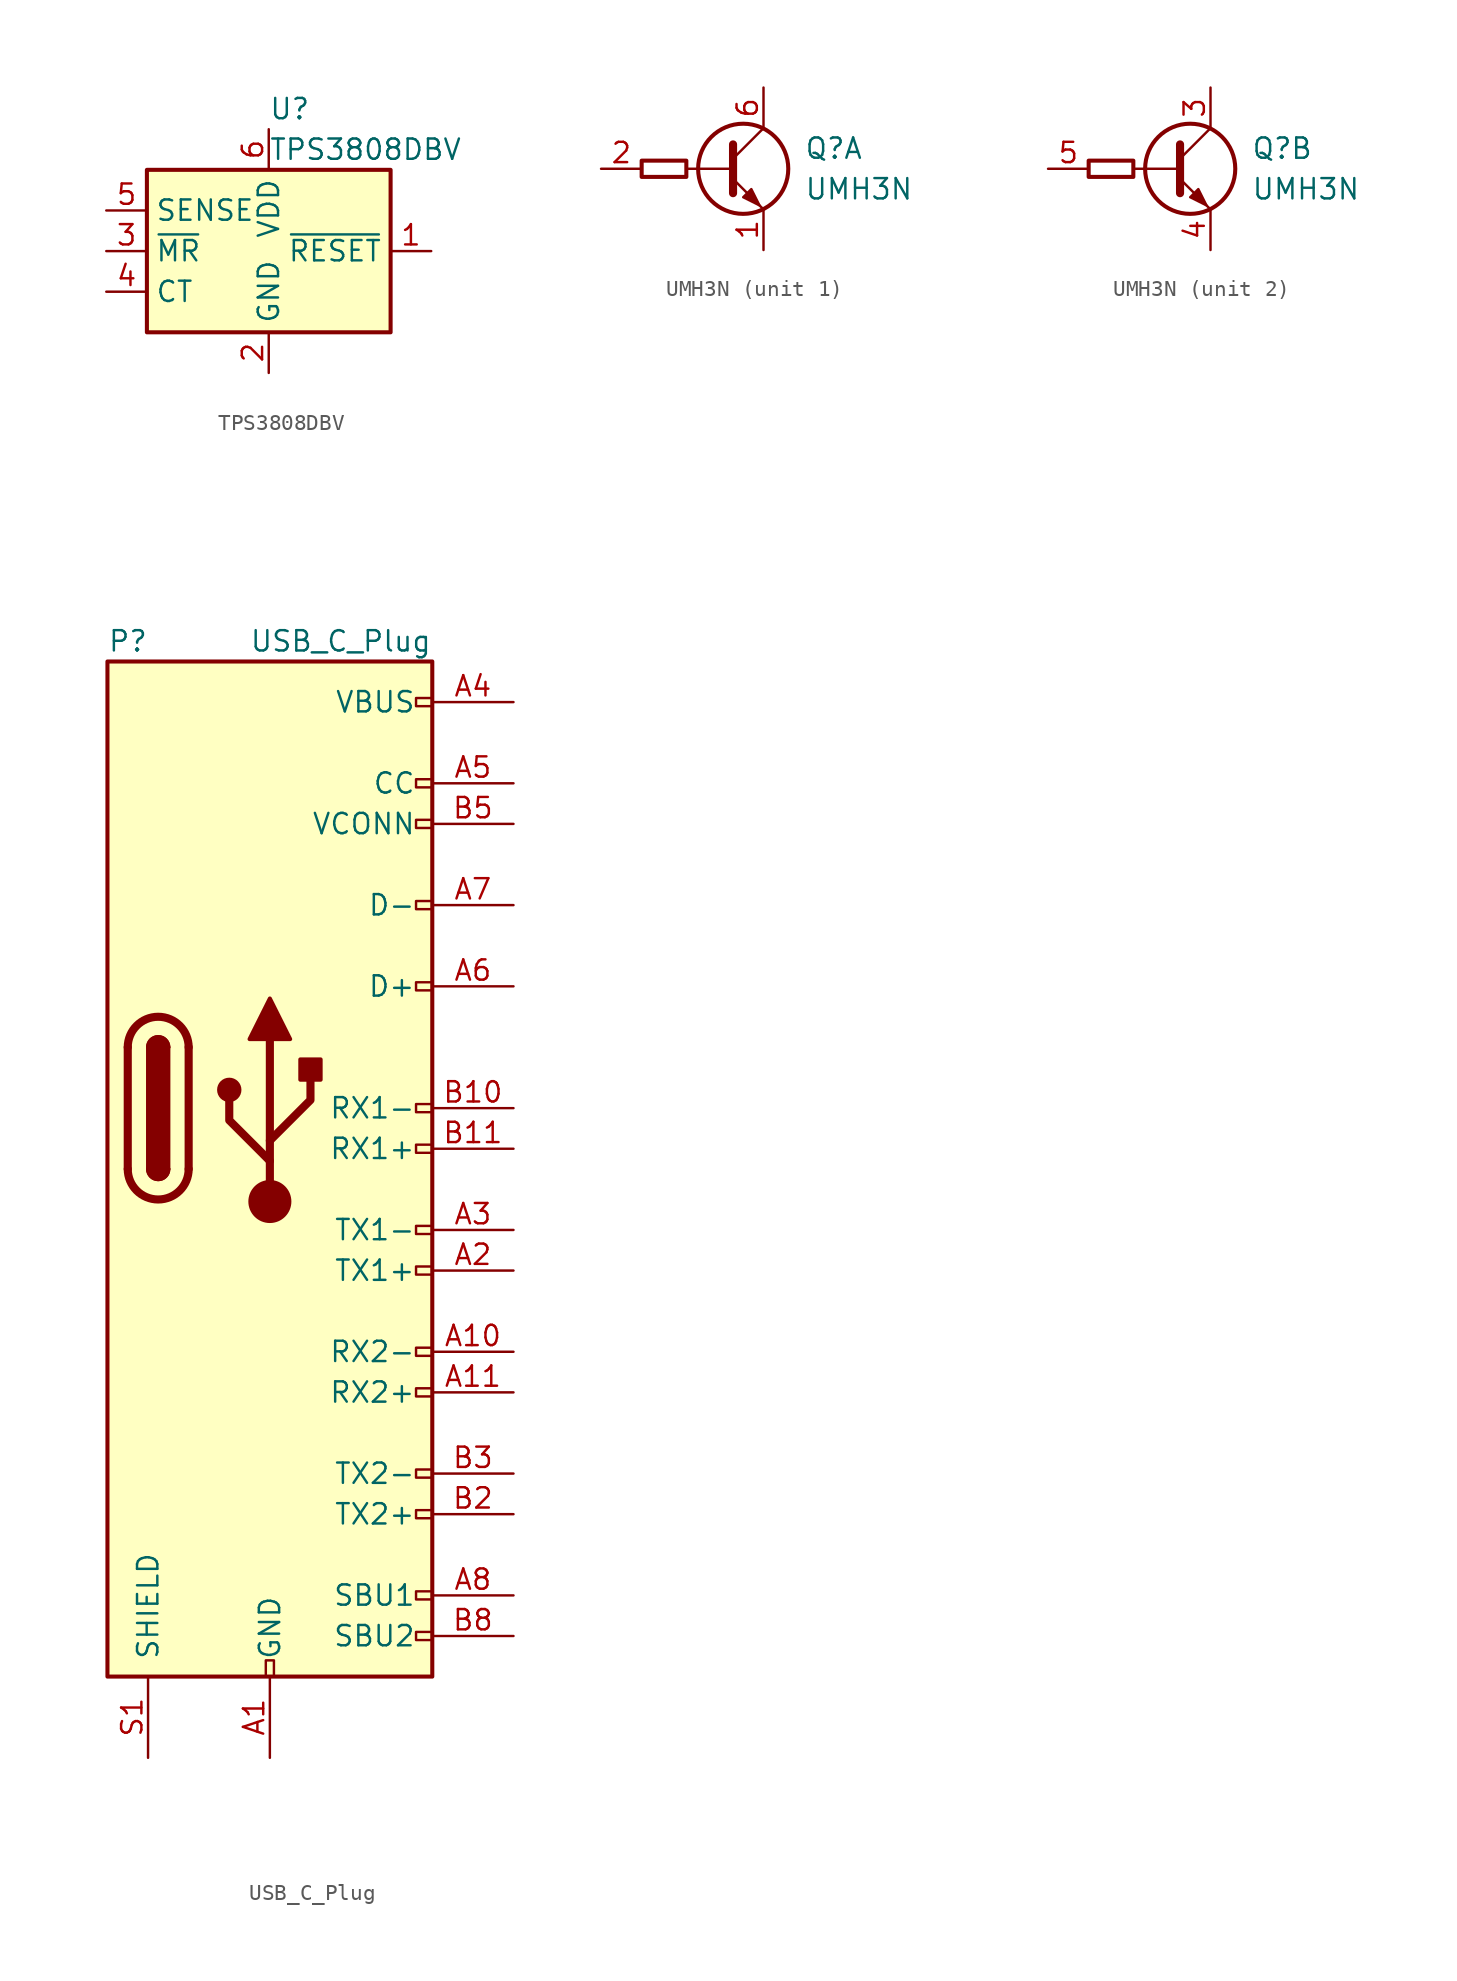
<source format=kicad_sym>
(kicad_symbol_lib
  (version 20220914)
  (generator kicad_symbol_editor)
  (symbol "TPS3808DBV"
    (property "Reference" "U"
      (at 0 8.89 0)
      (effects (font (size 1.27 1.27)) (justify left)))
    (property "Value" "TPS3808DBV"
      (at 0 6.35 0)
      (effects (font (size 1.27 1.27)) (justify left)))
    (symbol "TPS3808DBV_0_1"
      (rectangle (start -7.62 5.08) (end 7.62 -5.08) (stroke (width 0.254) (type default)) (fill (type background))))
    (symbol "TPS3808DBV_1_1"
      (pin output line (at 10.16 0 180) (length 2.54) (name "~{RESET}" (effects (font (size 1.27 1.27)))) (number "1" (effects (font (size 1.27 1.27)))))
      (pin power_in line (at 0 -7.62 90) (length 2.54) (name "GND" (effects (font (size 1.27 1.27)))) (number "2" (effects (font (size 1.27 1.27)))))
      (pin input line (at -10.16 0 0) (length 2.54) (name "~{MR}" (effects (font (size 1.27 1.27)))) (number "3" (effects (font (size 1.27 1.27)))))
      (pin input line (at -10.16 -2.54 0) (length 2.54) (name "CT" (effects (font (size 1.27 1.27)))) (number "4" (effects (font (size 1.27 1.27)))))
      (pin input line (at -10.16 2.54 0) (length 2.54) (name "SENSE" (effects (font (size 1.27 1.27)))) (number "5" (effects (font (size 1.27 1.27)))))
      (pin power_in line (at 0 7.62 270) (length 2.54) (name "VDD" (effects (font (size 1.27 1.27)))) (number "6" (effects (font (size 1.27 1.27)))))))
  (symbol "UMH3N"
    (pin_names hide)
    (property "Reference" "Q"
      (at 7.62 1.27 0)
      (effects (font (size 1.27 1.27)) (justify left)))
    (property "Value" "UMH3N"
      (at 7.62 -1.27 0)
      (effects (font (size 1.27 1.27)) (justify left)))
    (symbol "UMH3N_0_1"
      (polyline (pts (xy 3.175 0) (xy 0.254 0)) (stroke (width 0) (type default)) (fill (type none)))
      (polyline (pts (xy 3.175 0.635) (xy 5.08 2.54)) (stroke (width 0) (type default)) (fill (type none)))
      (polyline (pts (xy 3.175 1.524) (xy 3.175 -1.524)) (stroke (width 0.508) (type default)) (fill (type none)))
      (polyline (pts (xy 3.175 -0.635) (xy 5.08 -2.54) (xy 5.08 -2.54)) (stroke (width 0) (type default)) (fill (type none)))
      (polyline (pts (xy 3.81 -1.778) (xy 4.318 -1.27) (xy 4.826 -2.286) (xy 3.81 -1.778) (xy 3.81 -1.778)) (stroke (width 0) (type default)) (fill (type outline)))
      (rectangle (start 0.254 0.508) (end -2.54 -0.508) (stroke (width 0.254) (type default)) (fill (type none)))
      (circle (center 3.81 0) (radius 2.819) (stroke (width 0.254) (type default)) (fill (type none))))
    (symbol "UMH3N_1_1"
      (pin passive line (at 5.08 -5.08 90) (length 2.54) (name "E1" (effects (font (size 1.27 1.27)))) (number "1" (effects (font (size 1.27 1.27)))))
      (pin input line (at -5.08 0 0) (length 2.54) (name "B1" (effects (font (size 1.27 1.27)))) (number "2" (effects (font (size 1.27 1.27)))))
      (pin passive line (at 5.08 5.08 270) (length 2.54) (name "C1" (effects (font (size 1.27 1.27)))) (number "6" (effects (font (size 1.27 1.27))))))
    (symbol "UMH3N_2_1"
      (pin passive line (at 5.08 5.08 270) (length 2.54) (name "C2" (effects (font (size 1.27 1.27)))) (number "3" (effects (font (size 1.27 1.27)))))
      (pin passive line (at 5.08 -5.08 90) (length 2.54) (name "E2" (effects (font (size 1.27 1.27)))) (number "4" (effects (font (size 1.27 1.27)))))
      (pin input line (at -5.08 0 0) (length 2.54) (name "B2" (effects (font (size 1.27 1.27)))) (number "5" (effects (font (size 1.27 1.27)))))))
  (symbol "USB_C_Plug"
    (pin_names
      (offset 1.016))
    (property "Reference" "P"
      (at -10.16 29.21 0)
      (effects (font (size 1.27 1.27)) (justify left)))
    (property "Value" "USB_C_Plug"
      (at 10.16 29.21 0)
      (effects (font (size 1.27 1.27)) (justify right)))
    (symbol "USB_C_Plug_0_0"
      (rectangle (start -0.254 -35.56) (end 0.254 -34.544) (stroke (width 0) (type default)) (fill (type none)))
      (rectangle (start 10.16 -32.766) (end 9.144 -33.274) (stroke (width 0) (type default)) (fill (type none)))
      (rectangle (start 10.16 -30.226) (end 9.144 -30.734) (stroke (width 0) (type default)) (fill (type none)))
      (rectangle (start 10.16 -25.146) (end 9.144 -25.654) (stroke (width 0) (type default)) (fill (type none)))
      (rectangle (start 10.16 -22.606) (end 9.144 -23.114) (stroke (width 0) (type default)) (fill (type none)))
      (rectangle (start 10.16 -17.526) (end 9.144 -18.034) (stroke (width 0) (type default)) (fill (type none)))
      (rectangle (start 10.16 -14.986) (end 9.144 -15.494) (stroke (width 0) (type default)) (fill (type none)))
      (rectangle (start 10.16 -9.906) (end 9.144 -10.414) (stroke (width 0) (type default)) (fill (type none)))
      (rectangle (start 10.16 -7.366) (end 9.144 -7.874) (stroke (width 0) (type default)) (fill (type none)))
      (rectangle (start 10.16 -2.286) (end 9.144 -2.794) (stroke (width 0) (type default)) (fill (type none)))
      (rectangle (start 10.16 0.254) (end 9.144 -0.254) (stroke (width 0) (type default)) (fill (type none)))
      (rectangle (start 10.16 7.874) (end 9.144 7.366) (stroke (width 0) (type default)) (fill (type none)))
      (rectangle (start 10.16 12.954) (end 9.144 12.446) (stroke (width 0) (type default)) (fill (type none)))
      (rectangle (start 10.16 18.034) (end 9.144 17.526) (stroke (width 0) (type default)) (fill (type none)))
      (rectangle (start 10.16 20.574) (end 9.144 20.066) (stroke (width 0) (type default)) (fill (type none)))
      (rectangle (start 10.16 25.654) (end 9.144 25.146) (stroke (width 0) (type default)) (fill (type none))))
    (symbol "USB_C_Plug_0_1"
      (rectangle (start -10.16 27.94) (end 10.16 -35.56) (stroke (width 0.254) (type default)) (fill (type background)))
      (arc (start -8.89 -3.81) (mid -6.985 -5.7067) (end -5.08 -3.81) (stroke (width 0.508) (type default)) (fill (type none)))
      (arc (start -7.62 -3.81) (mid -6.985 -4.4423) (end -6.35 -3.81) (stroke (width 0.254) (type default)) (fill (type none)))
      (arc (start -7.62 -3.81) (mid -6.985 -4.4423) (end -6.35 -3.81) (stroke (width 0.254) (type default)) (fill (type outline)))
      (rectangle (start -7.62 -3.81) (end -6.35 3.81) (stroke (width 0.254) (type default)) (fill (type outline)))
      (arc (start -6.35 3.81) (mid -6.985 4.4423) (end -7.62 3.81) (stroke (width 0.254) (type default)) (fill (type none)))
      (arc (start -6.35 3.81) (mid -6.985 4.4423) (end -7.62 3.81) (stroke (width 0.254) (type default)) (fill (type outline)))
      (arc (start -5.08 3.81) (mid -6.985 5.7067) (end -8.89 3.81) (stroke (width 0.508) (type default)) (fill (type none)))
      (polyline (pts (xy -8.89 -3.81) (xy -8.89 3.81)) (stroke (width 0.508) (type default)) (fill (type none)))
      (polyline (pts (xy -5.08 3.81) (xy -5.08 -3.81)) (stroke (width 0.508) (type default)) (fill (type none))))
    (symbol "USB_C_Plug_1_1"
      (circle (center -2.54 1.143) (radius 0.635) (stroke (width 0.254) (type default)) (fill (type outline)))
      (circle (center 0 -5.842) (radius 1.27) (stroke (width 0) (type default)) (fill (type outline)))
      (polyline (pts (xy 0 -5.842) (xy 0 4.318)) (stroke (width 0.508) (type default)) (fill (type none)))
      (polyline (pts (xy 0 -3.302) (xy -2.54 -0.762) (xy -2.54 0.508)) (stroke (width 0.508) (type default)) (fill (type none)))
      (polyline (pts (xy 0 -2.032) (xy 2.54 0.508) (xy 2.54 1.778)) (stroke (width 0.508) (type default)) (fill (type none)))
      (polyline (pts (xy -1.27 4.318) (xy 0 6.858) (xy 1.27 4.318) (xy -1.27 4.318)) (stroke (width 0.254) (type default)) (fill (type outline)))
      (rectangle (start 1.905 1.778) (end 3.175 3.048) (stroke (width 0.254) (type default)) (fill (type outline)))
      (pin passive line (at 0 -40.64 90) (length 5.08) (name "GND" (effects (font (size 1.27 1.27)))) (number "A1" (effects (font (size 1.27 1.27)))))
      (pin bidirectional line (at 15.24 -15.24 180) (length 5.08) (name "RX2-" (effects (font (size 1.27 1.27)))) (number "A10" (effects (font (size 1.27 1.27)))))
      (pin bidirectional line (at 15.24 -17.78 180) (length 5.08) (name "RX2+" (effects (font (size 1.27 1.27)))) (number "A11" (effects (font (size 1.27 1.27)))))
      (pin passive line (at 0 -40.64 90) (length 5.08) hide (name "GND" (effects (font (size 1.27 1.27)))) (number "A12" (effects (font (size 1.27 1.27)))))
      (pin bidirectional line (at 15.24 -10.16 180) (length 5.08) (name "TX1+" (effects (font (size 1.27 1.27)))) (number "A2" (effects (font (size 1.27 1.27)))))
      (pin bidirectional line (at 15.24 -7.62 180) (length 5.08) (name "TX1-" (effects (font (size 1.27 1.27)))) (number "A3" (effects (font (size 1.27 1.27)))))
      (pin passive line (at 15.24 25.4 180) (length 5.08) (name "VBUS" (effects (font (size 1.27 1.27)))) (number "A4" (effects (font (size 1.27 1.27)))))
      (pin bidirectional line (at 15.24 20.32 180) (length 5.08) (name "CC" (effects (font (size 1.27 1.27)))) (number "A5" (effects (font (size 1.27 1.27)))))
      (pin bidirectional line (at 15.24 7.62 180) (length 5.08) (name "D+" (effects (font (size 1.27 1.27)))) (number "A6" (effects (font (size 1.27 1.27)))))
      (pin bidirectional line (at 15.24 12.7 180) (length 5.08) (name "D-" (effects (font (size 1.27 1.27)))) (number "A7" (effects (font (size 1.27 1.27)))))
      (pin bidirectional line (at 15.24 -30.48 180) (length 5.08) (name "SBU1" (effects (font (size 1.27 1.27)))) (number "A8" (effects (font (size 1.27 1.27)))))
      (pin passive line (at 15.24 25.4 180) (length 5.08) hide (name "VBUS" (effects (font (size 1.27 1.27)))) (number "A9" (effects (font (size 1.27 1.27)))))
      (pin passive line (at 0 -40.64 90) (length 5.08) hide (name "GND" (effects (font (size 1.27 1.27)))) (number "B1" (effects (font (size 1.27 1.27)))))
      (pin bidirectional line (at 15.24 0 180) (length 5.08) (name "RX1-" (effects (font (size 1.27 1.27)))) (number "B10" (effects (font (size 1.27 1.27)))))
      (pin bidirectional line (at 15.24 -2.54 180) (length 5.08) (name "RX1+" (effects (font (size 1.27 1.27)))) (number "B11" (effects (font (size 1.27 1.27)))))
      (pin passive line (at 0 -40.64 90) (length 5.08) hide (name "GND" (effects (font (size 1.27 1.27)))) (number "B12" (effects (font (size 1.27 1.27)))))
      (pin bidirectional line (at 15.24 -25.4 180) (length 5.08) (name "TX2+" (effects (font (size 1.27 1.27)))) (number "B2" (effects (font (size 1.27 1.27)))))
      (pin bidirectional line (at 15.24 -22.86 180) (length 5.08) (name "TX2-" (effects (font (size 1.27 1.27)))) (number "B3" (effects (font (size 1.27 1.27)))))
      (pin passive line (at 15.24 25.4 180) (length 5.08) hide (name "VBUS" (effects (font (size 1.27 1.27)))) (number "B4" (effects (font (size 1.27 1.27)))))
      (pin bidirectional line (at 15.24 17.78 180) (length 5.08) (name "VCONN" (effects (font (size 1.27 1.27)))) (number "B5" (effects (font (size 1.27 1.27)))))
      (pin bidirectional line (at 15.24 -33.02 180) (length 5.08) (name "SBU2" (effects (font (size 1.27 1.27)))) (number "B8" (effects (font (size 1.27 1.27)))))
      (pin passive line (at 15.24 25.4 180) (length 5.08) hide (name "VBUS" (effects (font (size 1.27 1.27)))) (number "B9" (effects (font (size 1.27 1.27)))))
      (pin passive line (at -7.62 -40.64 90) (length 5.08) (name "SHIELD" (effects (font (size 1.27 1.27)))) (number "S1" (effects (font (size 1.27 1.27))))))))
</source>
